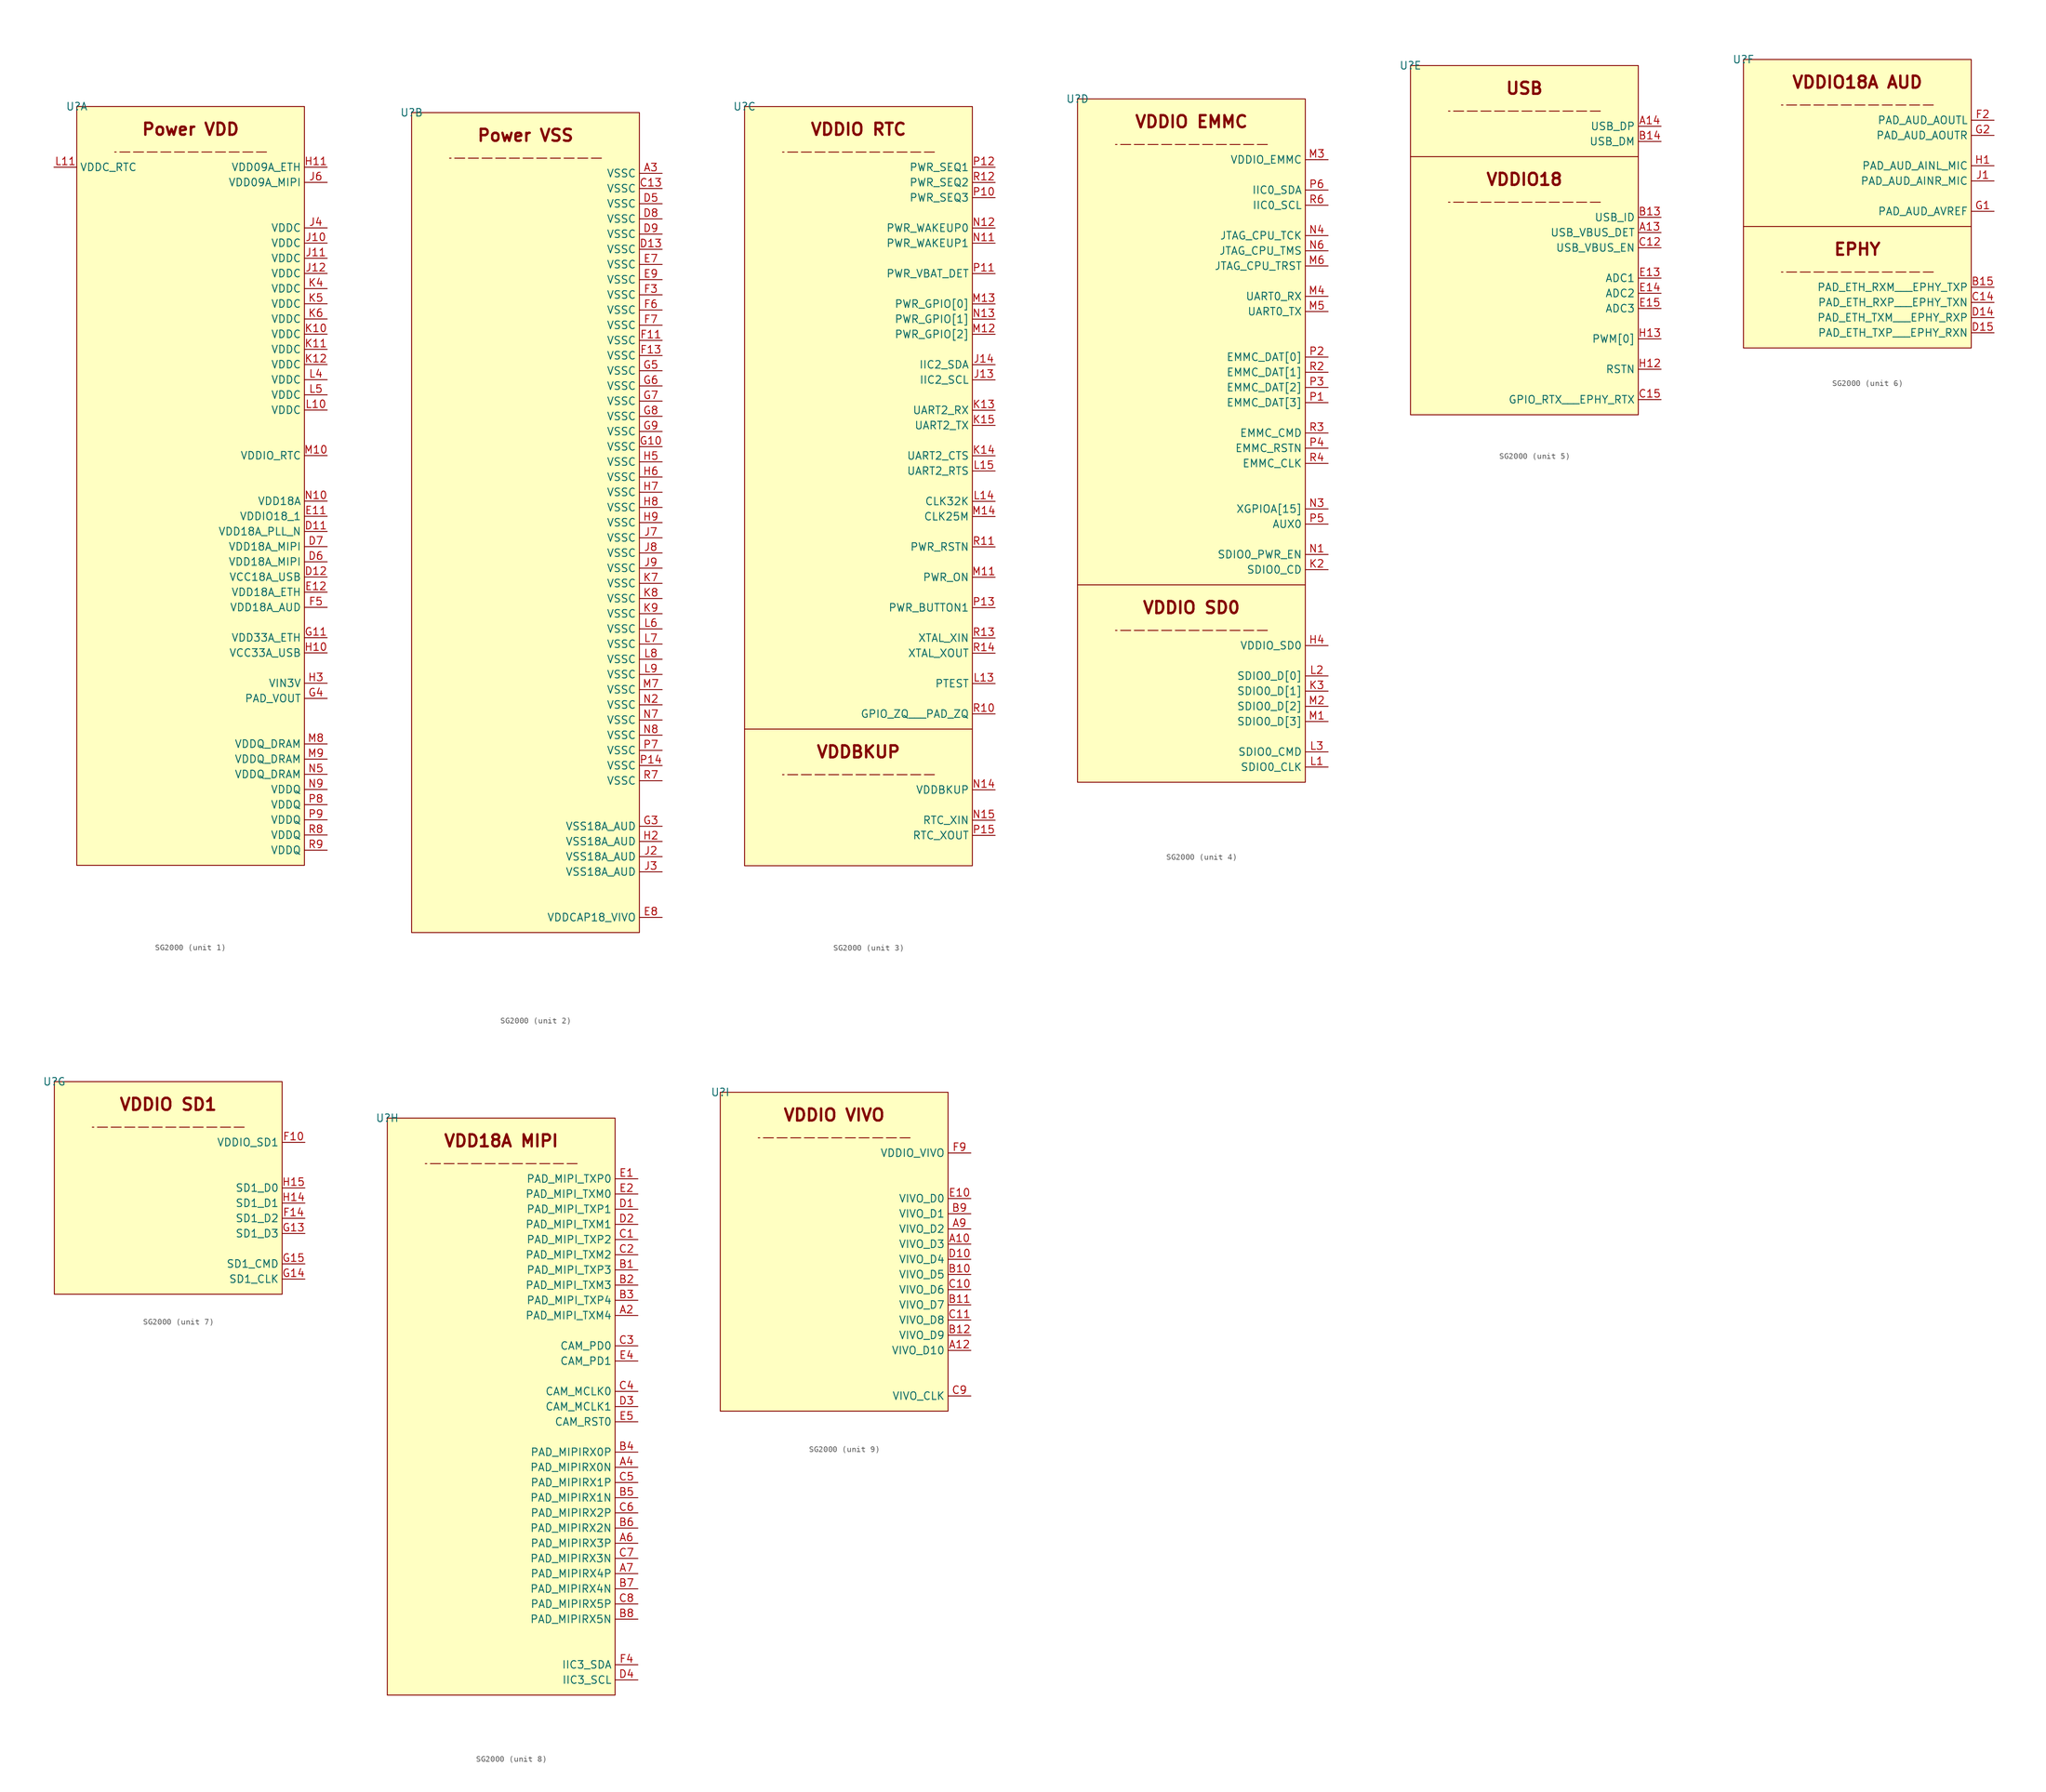
<source format=kicad_sym>
(kicad_symbol_lib
  (version 20231120)
  (generator "kicad_symbol_editor")
  (generator_version "8.0")
  (symbol "SG2000"
    (property "Reference" "U"
      (at 0 0 0)
      (effects (font (size 1.27 1.27))))
    (symbol "SG2000_1_0"
      (rectangle (start 0 0) (end 38.1 -127) (stroke (width 0) (type default)) (fill (type background)))
      (pin power_in line (at 41.91 -71.12 180) (length 3.81) (name "VDD18A_PLL_N" (effects (font (size 1.27 1.27)))) (number "D11" (effects (font (size 1.27 1.27)))))
      (pin power_in line (at 41.91 -78.74 180) (length 3.81) (name "VCC18A_USB" (effects (font (size 1.27 1.27)))) (number "D12" (effects (font (size 1.27 1.27)))))
      (pin power_in line (at 41.91 -76.2 180) (length 3.81) (name "VDD18A_MIPI" (effects (font (size 1.27 1.27)))) (number "D6" (effects (font (size 1.27 1.27)))))
      (pin power_in line (at 41.91 -73.66 180) (length 3.81) (name "VDD18A_MIPI" (effects (font (size 1.27 1.27)))) (number "D7" (effects (font (size 1.27 1.27)))))
      (pin power_in line (at 41.91 -68.58 180) (length 3.81) (name "VDDIO18_1" (effects (font (size 1.27 1.27)))) (number "E11" (effects (font (size 1.27 1.27)))))
      (pin power_in line (at 41.91 -81.28 180) (length 3.81) (name "VDD18A_ETH" (effects (font (size 1.27 1.27)))) (number "E12" (effects (font (size 1.27 1.27)))))
      (pin power_in line (at 41.91 -83.82 180) (length 3.81) (name "VDD18A_AUD" (effects (font (size 1.27 1.27)))) (number "F5" (effects (font (size 1.27 1.27)))))
      (pin power_in line (at 41.91 -88.9 180) (length 3.81) (name "VDD33A_ETH" (effects (font (size 1.27 1.27)))) (number "G11" (effects (font (size 1.27 1.27)))))
      (pin output line (at 41.91 -99.06 180) (length 3.81) (name "PAD_VOUT" (effects (font (size 1.27 1.27)))) (number "G4" (effects (font (size 1.27 1.27)))))
      (pin power_in line (at 41.91 -91.44 180) (length 3.81) (name "VCC33A_USB" (effects (font (size 1.27 1.27)))) (number "H10" (effects (font (size 1.27 1.27)))))
      (pin power_in line (at 41.91 -10.16 180) (length 3.81) (name "VDD09A_ETH" (effects (font (size 1.27 1.27)))) (number "H11" (effects (font (size 1.27 1.27)))))
      (pin power_in line (at 41.91 -96.52 180) (length 3.81) (name "VIN3V" (effects (font (size 1.27 1.27)))) (number "H3" (effects (font (size 1.27 1.27)))))
      (pin power_in line (at 41.91 -22.86 180) (length 3.81) (name "VDDC" (effects (font (size 1.27 1.27)))) (number "J10" (effects (font (size 1.27 1.27)))))
      (pin power_in line (at 41.91 -25.4 180) (length 3.81) (name "VDDC" (effects (font (size 1.27 1.27)))) (number "J11" (effects (font (size 1.27 1.27)))))
      (pin power_in line (at 41.91 -27.94 180) (length 3.81) (name "VDDC" (effects (font (size 1.27 1.27)))) (number "J12" (effects (font (size 1.27 1.27)))))
      (pin power_in line (at 41.91 -20.32 180) (length 3.81) (name "VDDC" (effects (font (size 1.27 1.27)))) (number "J4" (effects (font (size 1.27 1.27)))))
      (pin power_in line (at 41.91 -12.7 180) (length 3.81) (name "VDD09A_MIPI" (effects (font (size 1.27 1.27)))) (number "J6" (effects (font (size 1.27 1.27)))))
      (pin power_in line (at 41.91 -38.1 180) (length 3.81) (name "VDDC" (effects (font (size 1.27 1.27)))) (number "K10" (effects (font (size 1.27 1.27)))))
      (pin power_in line (at 41.91 -40.64 180) (length 3.81) (name "VDDC" (effects (font (size 1.27 1.27)))) (number "K11" (effects (font (size 1.27 1.27)))))
      (pin power_in line (at 41.91 -43.18 180) (length 3.81) (name "VDDC" (effects (font (size 1.27 1.27)))) (number "K12" (effects (font (size 1.27 1.27)))))
      (pin power_in line (at 41.91 -30.48 180) (length 3.81) (name "VDDC" (effects (font (size 1.27 1.27)))) (number "K4" (effects (font (size 1.27 1.27)))))
      (pin power_in line (at 41.91 -33.02 180) (length 3.81) (name "VDDC" (effects (font (size 1.27 1.27)))) (number "K5" (effects (font (size 1.27 1.27)))))
      (pin power_in line (at 41.91 -35.56 180) (length 3.81) (name "VDDC" (effects (font (size 1.27 1.27)))) (number "K6" (effects (font (size 1.27 1.27)))))
      (pin power_in line (at 41.91 -50.8 180) (length 3.81) (name "VDDC" (effects (font (size 1.27 1.27)))) (number "L10" (effects (font (size 1.27 1.27)))))
      (pin power_in line (at -3.81 -10.16 0) (length 3.81) (name "VDDC_RTC" (effects (font (size 1.27 1.27)))) (number "L11" (effects (font (size 1.27 1.27)))))
      (pin power_in line (at 41.91 -45.72 180) (length 3.81) (name "VDDC" (effects (font (size 1.27 1.27)))) (number "L4" (effects (font (size 1.27 1.27)))))
      (pin power_in line (at 41.91 -48.26 180) (length 3.81) (name "VDDC" (effects (font (size 1.27 1.27)))) (number "L5" (effects (font (size 1.27 1.27)))))
      (pin power_in line (at 41.91 -58.42 180) (length 3.81) (name "VDDIO_RTC" (effects (font (size 1.27 1.27)))) (number "M10" (effects (font (size 1.27 1.27)))))
      (pin power_in line (at 41.91 -106.68 180) (length 3.81) (name "VDDQ_DRAM" (effects (font (size 1.27 1.27)))) (number "M8" (effects (font (size 1.27 1.27)))))
      (pin power_in line (at 41.91 -109.22 180) (length 3.81) (name "VDDQ_DRAM" (effects (font (size 1.27 1.27)))) (number "M9" (effects (font (size 1.27 1.27)))))
      (pin power_in line (at 41.91 -66.04 180) (length 3.81) (name "VDD18A" (effects (font (size 1.27 1.27)))) (number "N10" (effects (font (size 1.27 1.27)))))
      (pin power_in line (at 41.91 -111.76 180) (length 3.81) (name "VDDQ_DRAM" (effects (font (size 1.27 1.27)))) (number "N5" (effects (font (size 1.27 1.27)))))
      (pin power_in line (at 41.91 -114.3 180) (length 3.81) (name "VDDQ" (effects (font (size 1.27 1.27)))) (number "N9" (effects (font (size 1.27 1.27)))))
      (pin power_in line (at 41.91 -116.84 180) (length 3.81) (name "VDDQ" (effects (font (size 1.27 1.27)))) (number "P8" (effects (font (size 1.27 1.27)))))
      (pin power_in line (at 41.91 -119.38 180) (length 3.81) (name "VDDQ" (effects (font (size 1.27 1.27)))) (number "P9" (effects (font (size 1.27 1.27)))))
      (pin power_in line (at 41.91 -121.92 180) (length 3.81) (name "VDDQ" (effects (font (size 1.27 1.27)))) (number "R8" (effects (font (size 1.27 1.27)))))
      (pin power_in line (at 41.91 -124.46 180) (length 3.81) (name "VDDQ" (effects (font (size 1.27 1.27)))) (number "R9" (effects (font (size 1.27 1.27))))))
    (symbol "SG2000_1_1"
      (polyline (pts (xy 31.75 -7.62) (xy 6.35 -7.62)) (stroke (width 0) (type dash)) (fill (type none)))
      (text "Power VDD" (at 19.05 -3.81 0) (effects (font (size 2 2) (bold yes)))))
    (symbol "SG2000_2_0"
      (rectangle (start 0 0) (end 38.1 -137.16) (stroke (width 0) (type default)) (fill (type background)))
      (pin power_in line (at 41.91 -10.16 180) (length 3.81) (name "VSSC" (effects (font (size 1.27 1.27)))) (number "A3" (effects (font (size 1.27 1.27)))))
      (pin power_in line (at 41.91 -12.7 180) (length 3.81) (name "VSSC" (effects (font (size 1.27 1.27)))) (number "C13" (effects (font (size 1.27 1.27)))))
      (pin power_in line (at 41.91 -22.86 180) (length 3.81) (name "VSSC" (effects (font (size 1.27 1.27)))) (number "D13" (effects (font (size 1.27 1.27)))))
      (pin power_in line (at 41.91 -15.24 180) (length 3.81) (name "VSSC" (effects (font (size 1.27 1.27)))) (number "D5" (effects (font (size 1.27 1.27)))))
      (pin power_in line (at 41.91 -17.78 180) (length 3.81) (name "VSSC" (effects (font (size 1.27 1.27)))) (number "D8" (effects (font (size 1.27 1.27)))))
      (pin power_in line (at 41.91 -20.32 180) (length 3.81) (name "VSSC" (effects (font (size 1.27 1.27)))) (number "D9" (effects (font (size 1.27 1.27)))))
      (pin power_in line (at 41.91 -25.4 180) (length 3.81) (name "VSSC" (effects (font (size 1.27 1.27)))) (number "E7" (effects (font (size 1.27 1.27)))))
      (pin power_in line (at 41.91 -134.62 180) (length 3.81) (name "VDDCAP18_VIVO" (effects (font (size 1.27 1.27)))) (number "E8" (effects (font (size 1.27 1.27)))))
      (pin power_in line (at 41.91 -27.94 180) (length 3.81) (name "VSSC" (effects (font (size 1.27 1.27)))) (number "E9" (effects (font (size 1.27 1.27)))))
      (pin power_in line (at 41.91 -38.1 180) (length 3.81) (name "VSSC" (effects (font (size 1.27 1.27)))) (number "F11" (effects (font (size 1.27 1.27)))))
      (pin power_in line (at 41.91 -40.64 180) (length 3.81) (name "VSSC" (effects (font (size 1.27 1.27)))) (number "F13" (effects (font (size 1.27 1.27)))))
      (pin power_in line (at 41.91 -30.48 180) (length 3.81) (name "VSSC" (effects (font (size 1.27 1.27)))) (number "F3" (effects (font (size 1.27 1.27)))))
      (pin power_in line (at 41.91 -33.02 180) (length 3.81) (name "VSSC" (effects (font (size 1.27 1.27)))) (number "F6" (effects (font (size 1.27 1.27)))))
      (pin power_in line (at 41.91 -35.56 180) (length 3.81) (name "VSSC" (effects (font (size 1.27 1.27)))) (number "F7" (effects (font (size 1.27 1.27)))))
      (pin power_in line (at 41.91 -55.88 180) (length 3.81) (name "VSSC" (effects (font (size 1.27 1.27)))) (number "G10" (effects (font (size 1.27 1.27)))))
      (pin power_in line (at 41.91 -119.38 180) (length 3.81) (name "VSS18A_AUD" (effects (font (size 1.27 1.27)))) (number "G3" (effects (font (size 1.27 1.27)))))
      (pin power_in line (at 41.91 -43.18 180) (length 3.81) (name "VSSC" (effects (font (size 1.27 1.27)))) (number "G5" (effects (font (size 1.27 1.27)))))
      (pin power_in line (at 41.91 -45.72 180) (length 3.81) (name "VSSC" (effects (font (size 1.27 1.27)))) (number "G6" (effects (font (size 1.27 1.27)))))
      (pin power_in line (at 41.91 -48.26 180) (length 3.81) (name "VSSC" (effects (font (size 1.27 1.27)))) (number "G7" (effects (font (size 1.27 1.27)))))
      (pin power_in line (at 41.91 -50.8 180) (length 3.81) (name "VSSC" (effects (font (size 1.27 1.27)))) (number "G8" (effects (font (size 1.27 1.27)))))
      (pin power_in line (at 41.91 -53.34 180) (length 3.81) (name "VSSC" (effects (font (size 1.27 1.27)))) (number "G9" (effects (font (size 1.27 1.27)))))
      (pin power_in line (at 41.91 -121.92 180) (length 3.81) (name "VSS18A_AUD" (effects (font (size 1.27 1.27)))) (number "H2" (effects (font (size 1.27 1.27)))))
      (pin power_in line (at 41.91 -58.42 180) (length 3.81) (name "VSSC" (effects (font (size 1.27 1.27)))) (number "H5" (effects (font (size 1.27 1.27)))))
      (pin power_in line (at 41.91 -60.96 180) (length 3.81) (name "VSSC" (effects (font (size 1.27 1.27)))) (number "H6" (effects (font (size 1.27 1.27)))))
      (pin power_in line (at 41.91 -63.5 180) (length 3.81) (name "VSSC" (effects (font (size 1.27 1.27)))) (number "H7" (effects (font (size 1.27 1.27)))))
      (pin power_in line (at 41.91 -66.04 180) (length 3.81) (name "VSSC" (effects (font (size 1.27 1.27)))) (number "H8" (effects (font (size 1.27 1.27)))))
      (pin power_in line (at 41.91 -68.58 180) (length 3.81) (name "VSSC" (effects (font (size 1.27 1.27)))) (number "H9" (effects (font (size 1.27 1.27)))))
      (pin power_in line (at 41.91 -124.46 180) (length 3.81) (name "VSS18A_AUD" (effects (font (size 1.27 1.27)))) (number "J2" (effects (font (size 1.27 1.27)))))
      (pin power_in line (at 41.91 -127 180) (length 3.81) (name "VSS18A_AUD" (effects (font (size 1.27 1.27)))) (number "J3" (effects (font (size 1.27 1.27)))))
      (pin power_in line (at 41.91 -71.12 180) (length 3.81) (name "VSSC" (effects (font (size 1.27 1.27)))) (number "J7" (effects (font (size 1.27 1.27)))))
      (pin power_in line (at 41.91 -73.66 180) (length 3.81) (name "VSSC" (effects (font (size 1.27 1.27)))) (number "J8" (effects (font (size 1.27 1.27)))))
      (pin power_in line (at 41.91 -76.2 180) (length 3.81) (name "VSSC" (effects (font (size 1.27 1.27)))) (number "J9" (effects (font (size 1.27 1.27)))))
      (pin power_in line (at 41.91 -78.74 180) (length 3.81) (name "VSSC" (effects (font (size 1.27 1.27)))) (number "K7" (effects (font (size 1.27 1.27)))))
      (pin power_in line (at 41.91 -81.28 180) (length 3.81) (name "VSSC" (effects (font (size 1.27 1.27)))) (number "K8" (effects (font (size 1.27 1.27)))))
      (pin power_in line (at 41.91 -83.82 180) (length 3.81) (name "VSSC" (effects (font (size 1.27 1.27)))) (number "K9" (effects (font (size 1.27 1.27)))))
      (pin power_in line (at 41.91 -86.36 180) (length 3.81) (name "VSSC" (effects (font (size 1.27 1.27)))) (number "L6" (effects (font (size 1.27 1.27)))))
      (pin power_in line (at 41.91 -88.9 180) (length 3.81) (name "VSSC" (effects (font (size 1.27 1.27)))) (number "L7" (effects (font (size 1.27 1.27)))))
      (pin power_in line (at 41.91 -91.44 180) (length 3.81) (name "VSSC" (effects (font (size 1.27 1.27)))) (number "L8" (effects (font (size 1.27 1.27)))))
      (pin power_in line (at 41.91 -93.98 180) (length 3.81) (name "VSSC" (effects (font (size 1.27 1.27)))) (number "L9" (effects (font (size 1.27 1.27)))))
      (pin power_in line (at 41.91 -96.52 180) (length 3.81) (name "VSSC" (effects (font (size 1.27 1.27)))) (number "M7" (effects (font (size 1.27 1.27)))))
      (pin power_in line (at 41.91 -99.06 180) (length 3.81) (name "VSSC" (effects (font (size 1.27 1.27)))) (number "N2" (effects (font (size 1.27 1.27)))))
      (pin power_in line (at 41.91 -101.6 180) (length 3.81) (name "VSSC" (effects (font (size 1.27 1.27)))) (number "N7" (effects (font (size 1.27 1.27)))))
      (pin power_in line (at 41.91 -104.14 180) (length 3.81) (name "VSSC" (effects (font (size 1.27 1.27)))) (number "N8" (effects (font (size 1.27 1.27)))))
      (pin power_in line (at 41.91 -109.22 180) (length 3.81) (name "VSSC" (effects (font (size 1.27 1.27)))) (number "P14" (effects (font (size 1.27 1.27)))))
      (pin power_in line (at 41.91 -106.68 180) (length 3.81) (name "VSSC" (effects (font (size 1.27 1.27)))) (number "P7" (effects (font (size 1.27 1.27)))))
      (pin power_in line (at 41.91 -111.76 180) (length 3.81) (name "VSSC" (effects (font (size 1.27 1.27)))) (number "R7" (effects (font (size 1.27 1.27))))))
    (symbol "SG2000_2_1"
      (polyline (pts (xy 31.75 -7.62) (xy 6.35 -7.62)) (stroke (width 0) (type dash)) (fill (type none)))
      (text "Power VSS" (at 19.05 -3.81 0) (effects (font (size 2 2) (bold yes)))))
    (symbol "SG2000_3_0"
      (rectangle (start 0 0) (end 38.1 -127) (stroke (width 0) (type default)) (fill (type background)))
      (pin output line (at 41.91 -45.72 180) (length 3.81) (name "IIC2_SCL" (effects (font (size 1.27 1.27)))) (number "J13" (effects (font (size 1.27 1.27)))) (alternate "KEY_COL2" bidirectional line) (alternate "PWM[14]" bidirectional line) (alternate "PWR_GPIO[12]" bidirectional line) (alternate "UART2_RX" input line))
      (pin bidirectional line (at 41.91 -43.18 180) (length 3.81) (name "IIC2_SDA" (effects (font (size 1.27 1.27)))) (number "J14" (effects (font (size 1.27 1.27)))) (alternate "IIS1_MCLK" bidirectional line) (alternate "IIS2_MCLK" bidirectional line) (alternate "KEY_COL3" bidirectional line) (alternate "PWM[15]" bidirectional line) (alternate "PWR_GPIO[13]" bidirectional line) (alternate "UART2_TX" output line))
      (pin input line (at 41.91 -50.8 180) (length 3.81) (name "UART2_RX" (effects (font (size 1.27 1.27)))) (number "K13" (effects (font (size 1.27 1.27)))) (alternate "IIS2_DI" input line) (alternate "KEY_COL3" bidirectional line) (alternate "PWM[10]" bidirectional line) (alternate "PWR_GPIO[16]" bidirectional line) (alternate "PWR_UART1_RX" input line) (alternate "UART4_RX" input line) (alternate "WG2_D1" bidirectional line))
      (pin input line (at 41.91 -58.42 180) (length 3.81) (name "UART2_CTS" (effects (font (size 1.27 1.27)))) (number "K14" (effects (font (size 1.27 1.27)))) (alternate "IIS2_LRCK" bidirectional line) (alternate "KEY_ROW1" bidirectional line) (alternate "PWM[9]" bidirectional line) (alternate "PWR_GPIO[17]" bidirectional line) (alternate "UART4_CTS" input line) (alternate "WG1_D1" bidirectional line))
      (pin output line (at 41.91 -53.34 180) (length 3.81) (name "UART2_TX" (effects (font (size 1.27 1.27)))) (number "K15" (effects (font (size 1.27 1.27)))) (alternate "IIS2_BCLK" bidirectional line) (alternate "KEY_ROW3" bidirectional line) (alternate "PWM[11]" bidirectional line) (alternate "PWR_GPIO[14]" bidirectional line) (alternate "PWR_UART1_TX" output line) (alternate "UART4_TX" output line) (alternate "WG2_D0" bidirectional line))
      (pin input line (at 41.91 -96.52 180) (length 3.81) (name "PTEST" (effects (font (size 1.27 1.27)))) (number "L13" (effects (font (size 1.27 1.27)))))
      (pin output line (at 41.91 -66.04 180) (length 3.81) (name "CLK32K" (effects (font (size 1.27 1.27)))) (number "L14" (effects (font (size 1.27 1.27)))) (alternate "AUX0" output line) (alternate "CAM_MCLK0" output line) (alternate "CR_SCL0" bidirectional line) (alternate "DBG[0]" output line) (alternate "KEY_COL0" bidirectional line) (alternate "PWM[2]" bidirectional line) (alternate "PWR_GPIO[10]" bidirectional line))
      (pin output line (at 41.91 -60.96 180) (length 3.81) (name "UART2_RTS" (effects (font (size 1.27 1.27)))) (number "L15" (effects (font (size 1.27 1.27)))) (alternate "IIS2_DO" output line) (alternate "KEY_ROW0" bidirectional line) (alternate "PWM[8]" bidirectional line) (alternate "PWR_GPIO[15]" bidirectional line) (alternate "UART4_RTS" output line) (alternate "WG1_D0" bidirectional line))
      (pin input line (at 41.91 -78.74 180) (length 3.81) (name "PWR_ON" (effects (font (size 1.27 1.27)))) (number "M11" (effects (font (size 1.27 1.27)))) (alternate "EPHY_SPD_LED" output line) (alternate "IIC4_SDA" bidirectional line) (alternate "PWR_GPIO[9]" bidirectional line) (alternate "UART1_RX" input line) (alternate "WG0_D1" bidirectional line))
      (pin input line (at 41.91 -38.1 180) (length 3.81) (name "PWR_GPIO[2]" (effects (font (size 1.27 1.27)))) (number "M12" (effects (font (size 1.27 1.27)))) (alternate "CR_2WTCK" bidirectional line) (alternate "EPHY_SPD_LED" output line) (alternate "IIC2_SDA" bidirectional line) (alternate "PWM[10]" bidirectional line) (alternate "PWR_IIC_SDA" bidirectional line))
      (pin bidirectional line (at 41.91 -33.02 180) (length 3.81) (name "PWR_GPIO[0]" (effects (font (size 1.27 1.27)))) (number "M13" (effects (font (size 1.27 1.27)))) (alternate "PWM[8]" bidirectional line) (alternate "PWR_UART0_RX" input line) (alternate "UART2_TX" output line))
      (pin output line (at 41.91 -68.58 180) (length 3.81) (name "CLK25M" (effects (font (size 1.27 1.27)))) (number "M14" (effects (font (size 1.27 1.27)))) (alternate "AUX1" output line) (alternate "CAM_MCLK1" output line) (alternate "CR_2WTMS" bidirectional line) (alternate "DBG[1]" output line) (alternate "KEY_COL1" bidirectional line) (alternate "PWM[3]" bidirectional line) (alternate "PWR_GPIO[11]" bidirectional line))
      (pin input line (at 41.91 -22.86 180) (length 3.81) (name "PWR_WAKEUP1" (effects (font (size 1.27 1.27)))) (number "N11" (effects (font (size 1.27 1.27)))) (alternate "EPHY_LNK_LED" output line) (alternate "IIC4_SCL" bidirectional line) (alternate "PWR_GPIO[7]" bidirectional line) (alternate "PWR_IR1" input line) (alternate "UART1_TX" output line) (alternate "WG0_D0" bidirectional line))
      (pin input line (at 41.91 -20.32 180) (length 3.81) (name "PWR_WAKEUP0" (effects (font (size 1.27 1.27)))) (number "N12" (effects (font (size 1.27 1.27)))) (alternate "EPHY_LNK_LED" bidirectional line) (alternate "IIC4_SCL" bidirectional line) (alternate "PWR_GPIO[6]" bidirectional line) (alternate "PWR_IR0" bidirectional line) (alternate "PWR_UART0_TX" bidirectional line) (alternate "UART1_TX" bidirectional line) (alternate "WG2_D0" bidirectional line))
      (pin input line (at 41.91 -35.56 180) (length 3.81) (name "PWR_GPIO[1]" (effects (font (size 1.27 1.27)))) (number "N13" (effects (font (size 1.27 1.27)))) (alternate "CR_SDA0" bidirectional line) (alternate "EPHY_LNK_LED" output line) (alternate "IIC2_SCL" bidirectional line) (alternate "PWM[9]" bidirectional line) (alternate "PWR_IIC_SCL" bidirectional line) (alternate "UART2_RX" input line))
      (pin power_in line (at 41.91 -114.3 180) (length 3.81) (name "VDDBKUP" (effects (font (size 1.27 1.27)))) (number "N14" (effects (font (size 1.27 1.27)))))
      (pin input line (at 41.91 -119.38 180) (length 3.81) (name "RTC_XIN" (effects (font (size 1.27 1.27)))) (number "N15" (effects (font (size 1.27 1.27)))))
      (pin output line (at 41.91 -15.24 180) (length 3.81) (name "PWR_SEQ3" (effects (font (size 1.27 1.27)))) (number "P10" (effects (font (size 1.27 1.27)))) (alternate "PWR_GPIO[5]" bidirectional line))
      (pin input line (at 41.91 -27.94 180) (length 3.81) (name "PWR_VBAT_DET" (effects (font (size 1.27 1.27)))) (number "P11" (effects (font (size 1.27 1.27)))))
      (pin output line (at 41.91 -10.16 180) (length 3.81) (name "PWR_SEQ1" (effects (font (size 1.27 1.27)))) (number "P12" (effects (font (size 1.27 1.27)))) (alternate "PWR_GPIO[3]" bidirectional line))
      (pin input line (at 41.91 -83.82 180) (length 3.81) (name "PWR_BUTTON1" (effects (font (size 1.27 1.27)))) (number "P13" (effects (font (size 1.27 1.27)))) (alternate "EPHY_SPD_LED" output line) (alternate "IIC4_SDA" bidirectional line) (alternate "PWR_GPIO[8]" bidirectional line) (alternate "UART1_RX" input line) (alternate "WG2_D1" bidirectional line))
      (pin output line (at 41.91 -121.92 180) (length 3.81) (name "RTC_XOUT" (effects (font (size 1.27 1.27)))) (number "P15" (effects (font (size 1.27 1.27)))))
      (pin bidirectional line (at 41.91 -101.6 180) (length 3.81) (name "GPIO_ZQ___PAD_ZQ" (effects (font (size 1.27 1.27)))) (number "R10" (effects (font (size 1.27 1.27)))) (alternate "PWM[2]" bidirectional line) (alternate "PWR_GPIO[24]" bidirectional line))
      (pin input line (at 41.91 -73.66 180) (length 3.81) (name "PWR_RSTN" (effects (font (size 1.27 1.27)))) (number "R11" (effects (font (size 1.27 1.27)))))
      (pin output line (at 41.91 -12.7 180) (length 3.81) (name "PWR_SEQ2" (effects (font (size 1.27 1.27)))) (number "R12" (effects (font (size 1.27 1.27)))) (alternate "PWR_GPIO[4]" bidirectional line))
      (pin input line (at 41.91 -88.9 180) (length 3.81) (name "XTAL_XIN" (effects (font (size 1.27 1.27)))) (number "R13" (effects (font (size 1.27 1.27)))))
      (pin output line (at 41.91 -91.44 180) (length 3.81) (name "XTAL_XOUT" (effects (font (size 1.27 1.27)))) (number "R14" (effects (font (size 1.27 1.27))))))
    (symbol "SG2000_3_1"
      (polyline (pts (xy 31.75 -111.76) (xy 6.35 -111.76)) (stroke (width 0) (type dash)) (fill (type none)))
      (polyline (pts (xy 31.75 -7.62) (xy 6.35 -7.62)) (stroke (width 0) (type dash)) (fill (type none)))
      (polyline (pts (xy 38.1 -104.14) (xy 0 -104.14)) (stroke (width 0) (type solid)) (fill (type none)))
      (text "VDDBKUP" (at 19.05 -107.95 0) (effects (font (size 2 2) (bold yes))))
      (text "VDDIO RTC" (at 19.05 -3.81 0) (effects (font (size 2 2) (bold yes)))))
    (symbol "SG2000_4_0"
      (rectangle (start 0 0) (end 38.1 -114.3) (stroke (width 0) (type default)) (fill (type background)))
      (pin power_in line (at 41.91 -91.44 180) (length 3.81) (name "VDDIO_SD0" (effects (font (size 1.27 1.27)))) (number "H4" (effects (font (size 1.27 1.27)))))
      (pin input line (at 41.91 -78.74 180) (length 3.81) (name "SDIO0_CD" (effects (font (size 1.27 1.27)))) (number "K2" (effects (font (size 1.27 1.27)))) (alternate "XGPIOA[13]" bidirectional line))
      (pin bidirectional line (at 41.91 -99.06 180) (length 3.81) (name "SDIO0_D[1]" (effects (font (size 1.27 1.27)))) (number "K3" (effects (font (size 1.27 1.27)))) (alternate "AUX0" output line) (alternate "DBG[3]" output line) (alternate "IIC1_SDA" bidirectional line) (alternate "PWM[12]" bidirectional line) (alternate "UART1_TX" output line) (alternate "WG0_D1" bidirectional line) (alternate "XGPIOA[10]" bidirectional line))
      (pin output line (at 41.91 -111.76 180) (length 3.81) (name "SDIO0_CLK" (effects (font (size 1.27 1.27)))) (number "L1" (effects (font (size 1.27 1.27)))) (alternate "DBG[0]" output line) (alternate "EPHY_LNK_LED" output line) (alternate "IIC1_SDA" bidirectional line) (alternate "PWM[15]" bidirectional line) (alternate "SPI0_SCK" output line) (alternate "XGPIOA[7]" bidirectional line))
      (pin bidirectional line (at 41.91 -96.52 180) (length 3.81) (name "SDIO0_D[0]" (effects (font (size 1.27 1.27)))) (number "L2" (effects (font (size 1.27 1.27)))) (alternate "CAM_MCLK1" output line) (alternate "DBG[2]" output line) (alternate "PWM[13]" bidirectional line) (alternate "SPI0_SDI" input line) (alternate "UART3_TX" output line) (alternate "WG0_D0" bidirectional line) (alternate "XGPIOA[9]" bidirectional line))
      (pin bidirectional line (at 41.91 -109.22 180) (length 3.81) (name "SDIO0_CMD" (effects (font (size 1.27 1.27)))) (number "L3" (effects (font (size 1.27 1.27)))) (alternate "DBG[1]" output line) (alternate "EPHY_SPD_LED" output line) (alternate "IIC1_SCL" bidirectional line) (alternate "PWM[14]" bidirectional line) (alternate "SPI0_SDO" bidirectional line) (alternate "XGPIOA[8]" bidirectional line))
      (pin bidirectional line (at 41.91 -104.14 180) (length 3.81) (name "SDIO0_D[3]" (effects (font (size 1.27 1.27)))) (number "M1" (effects (font (size 1.27 1.27)))) (alternate "CAM_MCLK0" output line) (alternate "DBG[5]" output line) (alternate "PWM[10]" bidirectional line) (alternate "SPI0_CS_X" output line) (alternate "UART3_RX" input line) (alternate "WG1_D1" bidirectional line) (alternate "XGPIOA[12]" bidirectional line))
      (pin bidirectional line (at 41.91 -101.6 180) (length 3.81) (name "SDIO0_D[2]" (effects (font (size 1.27 1.27)))) (number "M2" (effects (font (size 1.27 1.27)))) (alternate "AUX1" output line) (alternate "DBG[4]" output line) (alternate "IIC1_SCL" bidirectional line) (alternate "PWM[11]" bidirectional line) (alternate "UART1_RX" input line) (alternate "WG1_D0" bidirectional line) (alternate "XGPIOA[11]" bidirectional line))
      (pin power_in line (at 41.91 -10.16 180) (length 3.81) (name "VDDIO_EMMC" (effects (font (size 1.27 1.27)))) (number "M3" (effects (font (size 1.27 1.27)))))
      (pin input line (at 41.91 -33.02 180) (length 3.81) (name "UART0_RX" (effects (font (size 1.27 1.27)))) (number "M4" (effects (font (size 1.27 1.27)))) (alternate "AUX0" output line) (alternate "CAM_MCLK0" output line) (alternate "DBG[7]" output line) (alternate "PWM[5]" bidirectional line) (alternate "UART1_RX" input line) (alternate "XGPIOA[17]" bidirectional line))
      (pin output line (at 41.91 -35.56 180) (length 3.81) (name "UART0_TX" (effects (font (size 1.27 1.27)))) (number "M5" (effects (font (size 1.27 1.27)))) (alternate "AUX1" output line) (alternate "CAM_MCLK1" output line) (alternate "DBG[6]" output line) (alternate "PWM[4]" bidirectional line) (alternate "UART1_TX" output line) (alternate "XGPIOA[16]" bidirectional line))
      (pin input line (at 41.91 -27.94 180) (length 3.81) (name "JTAG_CPU_TRST" (effects (font (size 1.27 1.27)))) (number "M6" (effects (font (size 1.27 1.27)))) (alternate "VO_D[30]" output line) (alternate "XGPIOA[20]" bidirectional line))
      (pin output line (at 41.91 -76.2 180) (length 3.81) (name "SDIO0_PWR_EN" (effects (font (size 1.27 1.27)))) (number "N1" (effects (font (size 1.27 1.27)))) (alternate "XGPIOA[14]" bidirectional line))
      (pin bidirectional line (at 41.91 -68.58 180) (length 3.81) (name "XGPIOA[15]" (effects (font (size 1.27 1.27)))) (number "N3" (effects (font (size 1.27 1.27)))))
      (pin input line (at 41.91 -22.86 180) (length 3.81) (name "JTAG_CPU_TCK" (effects (font (size 1.27 1.27)))) (number "N4" (effects (font (size 1.27 1.27)))) (alternate "AUX1" output line) (alternate "CAM_MCLK1" output line) (alternate "CR_4WTCK" bidirectional line) (alternate "PWM[6]" bidirectional line) (alternate "UART1_CTS" input line) (alternate "UART1_RX" input line) (alternate "VO_D[29]" output line) (alternate "XGPIOA[18]" bidirectional line))
      (pin input line (at 41.91 -25.4 180) (length 3.81) (name "JTAG_CPU_TMS" (effects (font (size 1.27 1.27)))) (number "N6" (effects (font (size 1.27 1.27)))) (alternate "AUX0" output line) (alternate "CAM_MCLK0" output line) (alternate "CR_4WTMS" bidirectional line) (alternate "PWM[7]" bidirectional line) (alternate "UART1_RTS" output line) (alternate "UART1_TX" output line) (alternate "VO_D[28]" output line) (alternate "XGPIOA[19]" bidirectional line))
      (pin bidirectional line (at 41.91 -50.8 180) (length 3.81) (name "EMMC_DAT[3]" (effects (font (size 1.27 1.27)))) (number "P1" (effects (font (size 1.27 1.27)))) (alternate "SPINAND_WP" bidirectional line) (alternate "SPINOR_WP_X" bidirectional line) (alternate "XGPIOA[27]" bidirectional line))
      (pin bidirectional line (at 41.91 -43.18 180) (length 3.81) (name "EMMC_DAT[0]" (effects (font (size 1.27 1.27)))) (number "P2" (effects (font (size 1.27 1.27)))) (alternate "SPINAND_MOSI" bidirectional line) (alternate "SPINOR_MOSI" bidirectional line) (alternate "XGPIOA[25]" bidirectional line))
      (pin bidirectional line (at 41.91 -48.26 180) (length 3.81) (name "EMMC_DAT[2]" (effects (font (size 1.27 1.27)))) (number "P3" (effects (font (size 1.27 1.27)))) (alternate "SPINAND_HOLD" bidirectional line) (alternate "SPINOR_HOLD_X" bidirectional line) (alternate "XGPIOA[26]" bidirectional line))
      (pin output line (at 41.91 -58.42 180) (length 3.81) (name "EMMC_RSTN" (effects (font (size 1.27 1.27)))) (number "P4" (effects (font (size 1.27 1.27)))) (alternate "AUX2" output line) (alternate "XGPIOA[21]" bidirectional line))
      (pin output line (at 41.91 -71.12 180) (length 3.81) (name "AUX0" (effects (font (size 1.27 1.27)))) (number "P5" (effects (font (size 1.27 1.27)))) (alternate "DBG[12]" output line) (alternate "IIS1_MCLK" bidirectional line) (alternate "VO_D[31]" output line) (alternate "WG1_D1" bidirectional line) (alternate "XGPIOA[30]" bidirectional line))
      (pin bidirectional line (at 41.91 -15.24 180) (length 3.81) (name "IIC0_SDA" (effects (font (size 1.27 1.27)))) (number "P6" (effects (font (size 1.27 1.27)))) (alternate "CR_4WTDO" bidirectional line) (alternate "DBG[11]" output line) (alternate "UART1_RX" input line) (alternate "UART2_RX" input line) (alternate "WG0_D1" bidirectional line) (alternate "WG1_D0" bidirectional line) (alternate "XGPIOA[29]" bidirectional line))
      (pin bidirectional line (at 41.91 -45.72 180) (length 3.81) (name "EMMC_DAT[1]" (effects (font (size 1.27 1.27)))) (number "R2" (effects (font (size 1.27 1.27)))) (alternate "SPINAND_CS" output line) (alternate "SPINOR_CS_X" output line) (alternate "XGPIOA[24]" bidirectional line))
      (pin bidirectional line (at 41.91 -55.88 180) (length 3.81) (name "EMMC_CMD" (effects (font (size 1.27 1.27)))) (number "R3" (effects (font (size 1.27 1.27)))) (alternate "SPINAND_MISO" bidirectional line) (alternate "SPINOR_MISO" bidirectional line) (alternate "XGPIOA[23]" bidirectional line))
      (pin output line (at 41.91 -60.96 180) (length 3.81) (name "EMMC_CLK" (effects (font (size 1.27 1.27)))) (number "R4" (effects (font (size 1.27 1.27)))) (alternate "SPINAND_CLK" output line) (alternate "SPINOR_SCK" output line) (alternate "XGPIOA[22]" bidirectional line))
      (pin output line (at 41.91 -17.78 180) (length 3.81) (name "IIC0_SCL" (effects (font (size 1.27 1.27)))) (number "R6" (effects (font (size 1.27 1.27)))) (alternate "CR_4WTDI" bidirectional line) (alternate "DBG[10]" output line) (alternate "UART1_TX" output line) (alternate "UART2_TX" output line) (alternate "WG0_D0" bidirectional line) (alternate "XGPIOA[28]" bidirectional line)))
    (symbol "SG2000_4_1"
      (polyline (pts (xy 31.75 -88.9) (xy 6.35 -88.9)) (stroke (width 0) (type dash)) (fill (type none)))
      (polyline (pts (xy 31.75 -7.62) (xy 6.35 -7.62)) (stroke (width 0) (type dash)) (fill (type none)))
      (polyline (pts (xy 38.1 -81.28) (xy 0 -81.28)) (stroke (width 0) (type solid)) (fill (type none)))
      (text "VDDIO EMMC" (at 19.05 -3.81 0) (effects (font (size 2 2) (bold yes))))
      (text "VDDIO SD0" (at 19.05 -85.09 0) (effects (font (size 2 2) (bold yes)))))
    (symbol "SG2000_5_0"
      (rectangle (start 0 0) (end 38.1 -58.42) (stroke (width 0) (type default)) (fill (type background)))
      (pin input line (at 41.91 -27.94 180) (length 3.81) (name "USB_VBUS_DET" (effects (font (size 1.27 1.27)))) (number "A13" (effects (font (size 1.27 1.27)))) (alternate "CAM_MCLK0" output line) (alternate "CAM_MCLK1" output line) (alternate "XGPIOB[6]" bidirectional line))
      (pin bidirectional line (at 41.91 -10.16 180) (length 3.81) (name "USB_DP" (effects (font (size 1.27 1.27)))) (number "A14" (effects (font (size 1.27 1.27)))))
      (pin input line (at 41.91 -25.4 180) (length 3.81) (name "USB_ID" (effects (font (size 1.27 1.27)))) (number "B13" (effects (font (size 1.27 1.27)))) (alternate "XGPIOB[4]" bidirectional line))
      (pin bidirectional line (at 41.91 -12.7 180) (length 3.81) (name "USB_DM" (effects (font (size 1.27 1.27)))) (number "B14" (effects (font (size 1.27 1.27)))))
      (pin output line (at 41.91 -30.48 180) (length 3.81) (name "USB_VBUS_EN" (effects (font (size 1.27 1.27)))) (number "C12" (effects (font (size 1.27 1.27)))) (alternate "XGPIOB[5]" bidirectional line))
      (pin bidirectional line (at 41.91 -55.88 180) (length 3.81) (name "GPIO_RTX___EPHY_RTX" (effects (font (size 1.27 1.27)))) (number "C15" (effects (font (size 1.27 1.27)))) (alternate "CAM_MCLK0" bidirectional line) (alternate "PWM[1]" bidirectional line) (alternate "XGPIOB[23]" bidirectional line))
      (pin input line (at 41.91 -35.56 180) (length 3.81) (name "ADC1" (effects (font (size 1.27 1.27)))) (number "E13" (effects (font (size 1.27 1.27)))) (alternate "KEY_COL2" bidirectional line) (alternate "XGPIOB[3]" bidirectional line))
      (pin input line (at 41.91 -38.1 180) (length 3.81) (name "ADC2" (effects (font (size 1.27 1.27)))) (number "E14" (effects (font (size 1.27 1.27)))) (alternate "CAM_MCLK1" output line) (alternate "EPHY_SPD_LED" output line) (alternate "IIC4_SDA" bidirectional line) (alternate "PWM[13]" bidirectional line) (alternate "UART3_RX" input line) (alternate "WG2_D1" bidirectional line) (alternate "XGPIOB[2]" bidirectional line))
      (pin input line (at 41.91 -40.64 180) (length 3.81) (name "ADC3" (effects (font (size 1.27 1.27)))) (number "E15" (effects (font (size 1.27 1.27)))) (alternate "CAM_MCLK0" output line) (alternate "EPHY_LNK_LED" output line) (alternate "IIC4_SCL" bidirectional line) (alternate "PWM[12]" bidirectional line) (alternate "UART3_TX" output line) (alternate "WG2_D0" bidirectional line) (alternate "XGPIOB[1]" bidirectional line))
      (pin input line (at 41.91 -50.8 180) (length 3.81) (name "RSTN" (effects (font (size 1.27 1.27)))) (number "H12" (effects (font (size 1.27 1.27)))))
      (pin output line (at 41.91 -45.72 180) (length 3.81) (name "PWM[0]" (effects (font (size 1.27 1.27)))) (number "H13" (effects (font (size 1.27 1.27)))) (alternate "XGPIOB[0]" bidirectional line)))
    (symbol "SG2000_5_1"
      (polyline (pts (xy 31.75 -22.86) (xy 6.35 -22.86)) (stroke (width 0) (type dash)) (fill (type none)))
      (polyline (pts (xy 31.75 -7.62) (xy 6.35 -7.62)) (stroke (width 0) (type dash)) (fill (type none)))
      (polyline (pts (xy 38.1 -15.24) (xy 0 -15.24)) (stroke (width 0) (type solid)) (fill (type none)))
      (text "USB" (at 19.05 -3.81 0) (effects (font (size 2 2) (bold yes))))
      (text "VDDIO18" (at 19.05 -19.05 0) (effects (font (size 2 2) (bold yes)))))
    (symbol "SG2000_6_0"
      (rectangle (start 0 0) (end 38.1 -48.26) (stroke (width 0) (type default)) (fill (type background)))
      (pin output line (at 41.91 -38.1 180) (length 3.81) (name "PAD_ETH_RXM___EPHY_TXP" (effects (font (size 1.27 1.27)))) (number "B15" (effects (font (size 1.27 1.27)))) (alternate "CAM_MCLK0" output line) (alternate "CAM_VS0" output line) (alternate "IIS2_DI" input line) (alternate "PAD_ETH_RXM" bidirectional line) (alternate "PWM[14]" bidirectional line) (alternate "SPI1_CS_X" output line) (alternate "UART3_CTS" input line) (alternate "XGPIOB[26]" bidirectional line))
      (pin output line (at 41.91 -40.64 180) (length 3.81) (name "PAD_ETH_RXP___EPHY_TXN" (effects (font (size 1.27 1.27)))) (number "C14" (effects (font (size 1.27 1.27)))) (alternate "CAM_HS0" output line) (alternate "CAM_MCLK1" output line) (alternate "IIS2_DO" output line) (alternate "PAD_ETH_RXP" bidirectional line) (alternate "PWM[15]" bidirectional line) (alternate "SPI1_SCK" output line) (alternate "UART3_TX" output line) (alternate "XGPIOB[27]" bidirectional line))
      (pin output line (at 41.91 -43.18 180) (length 3.81) (name "PAD_ETH_TXM___EPHY_RXP" (effects (font (size 1.27 1.27)))) (number "D14" (effects (font (size 1.27 1.27)))) (alternate "CAM_MCLK1" output line) (alternate "IIC1_SDA" bidirectional line) (alternate "IIS2_BCLK" bidirectional line) (alternate "PAD_ETH_TXM" bidirectional line) (alternate "PWM[12]" bidirectional line) (alternate "SPI1_SDI" input line) (alternate "UART3_RTS" output line) (alternate "XGPIOB[24]" bidirectional line))
      (pin output line (at 41.91 -45.72 180) (length 3.81) (name "PAD_ETH_TXP___EPHY_RXN" (effects (font (size 1.27 1.27)))) (number "D15" (effects (font (size 1.27 1.27)))) (alternate "CAM_MCLK0" output line) (alternate "IIC1_SCL" bidirectional line) (alternate "IIS2_LRCK" bidirectional line) (alternate "PAD_ETH_TXP" bidirectional line) (alternate "PWM[13]" bidirectional line) (alternate "SPI1_SDO" bidirectional line) (alternate "UART3_RX" input line) (alternate "XGPIOB[25]" bidirectional line))
      (pin output line (at 41.91 -10.16 180) (length 3.81) (name "PAD_AUD_AOUTL" (effects (font (size 1.27 1.27)))) (number "F2" (effects (font (size 1.27 1.27)))) (alternate "IIS1_LRCK" bidirectional line) (alternate "IIS2_LRCK" bidirectional line) (alternate "XGPIOC[25]" bidirectional line))
      (pin output line (at 41.91 -25.4 180) (length 3.81) (name "PAD_AUD_AVREF" (effects (font (size 1.27 1.27)))) (number "G1" (effects (font (size 1.27 1.27)))))
      (pin output line (at 41.91 -12.7 180) (length 3.81) (name "PAD_AUD_AOUTR" (effects (font (size 1.27 1.27)))) (number "G2" (effects (font (size 1.27 1.27)))) (alternate "IIS1_DI" input line) (alternate "IIS1_DO" output line) (alternate "IIS2_DO" output line) (alternate "XGPIOC[24]" bidirectional line))
      (pin input line (at 41.91 -17.78 180) (length 3.81) (name "PAD_AUD_AINL_MIC" (effects (font (size 1.27 1.27)))) (number "H1" (effects (font (size 1.27 1.27)))) (alternate "IIS1_BCLK" bidirectional line) (alternate "IIS2_BCLK" bidirectional line) (alternate "XGPIOC[23]" bidirectional line))
      (pin input line (at 41.91 -20.32 180) (length 3.81) (name "PAD_AUD_AINR_MIC" (effects (font (size 1.27 1.27)))) (number "J1" (effects (font (size 1.27 1.27)))) (alternate "IIS1_DI" input line) (alternate "IIS1_DO" output line) (alternate "IIS2_DI" input line)))
    (symbol "SG2000_6_1"
      (polyline (pts (xy 31.75 -35.56) (xy 6.35 -35.56)) (stroke (width 0) (type dash)) (fill (type none)))
      (polyline (pts (xy 31.75 -7.62) (xy 6.35 -7.62)) (stroke (width 0) (type dash)) (fill (type none)))
      (polyline (pts (xy 38.1 -27.94) (xy 0 -27.94)) (stroke (width 0) (type solid)) (fill (type none)))
      (text "EPHY" (at 19.05 -31.75 0) (effects (font (size 2 2) (bold yes))))
      (text "VDDIO18A AUD" (at 19.05 -3.81 0) (effects (font (size 2 2) (bold yes)))))
    (symbol "SG2000_7_0"
      (rectangle (start 0 0) (end 38.1 -35.56) (stroke (width 0) (type default)) (fill (type background)))
      (pin power_in line (at 41.91 -10.16 180) (length 3.81) (name "VDDIO_SD1" (effects (font (size 1.27 1.27)))) (number "F10" (effects (font (size 1.27 1.27)))))
      (pin bidirectional line (at 41.91 -22.86 180) (length 3.81) (name "SD1_D2" (effects (font (size 1.27 1.27)))) (number "F14" (effects (font (size 1.27 1.27)))) (alternate "CAM_MCLK0" output line) (alternate "IIC1_SCL" bidirectional line) (alternate "PWM[5]" bidirectional line) (alternate "PWR_SD1_D2" bidirectional line) (alternate "PWR_SPINOR1_HOLD_X" bidirectional line) (alternate "UART2_TX" output line) (alternate "UART3_TX" output line) (alternate "VO_D[33]" output line))
      (pin bidirectional line (at 41.91 -25.4 180) (length 3.81) (name "SD1_D3" (effects (font (size 1.27 1.27)))) (number "G13" (effects (font (size 1.27 1.27)))) (alternate "CAM_MCLK0" output line) (alternate "IIC1_SCL" bidirectional line) (alternate "PWM[4]" bidirectional line) (alternate "PWR_GPIO[18]" bidirectional line) (alternate "PWR_SD1_D3" bidirectional line) (alternate "PWR_SPINOR1_CS_X" output line) (alternate "SPI2_CS_X" output line) (alternate "UART3_CTS" input line) (alternate "VO_D[32]" output line))
      (pin output line (at 41.91 -33.02 180) (length 3.81) (name "SD1_CLK" (effects (font (size 1.27 1.27)))) (number "G14" (effects (font (size 1.27 1.27)))) (alternate "CAM_HS0" output line) (alternate "EPHY_SPD_LED" output line) (alternate "IIC3_SDA" bidirectional line) (alternate "PWM[9]" bidirectional line) (alternate "PWR_GPIO[23]" bidirectional line) (alternate "PWR_SD1_CLK" output line) (alternate "PWR_SPINOR1_SCK" output line) (alternate "SPI2_SCK" output line) (alternate "VO_D[37]" output line))
      (pin bidirectional line (at 41.91 -30.48 180) (length 3.81) (name "SD1_CMD" (effects (font (size 1.27 1.27)))) (number "G15" (effects (font (size 1.27 1.27)))) (alternate "CAM_VS0" output line) (alternate "EPHY_LNK_LED" output line) (alternate "IIC3_SCL" bidirectional line) (alternate "PWM[8]" bidirectional line) (alternate "PWR_GPIO[22]" bidirectional line) (alternate "PWR_SD1_CMD" bidirectional line) (alternate "PWR_SPINOR1_MOSI" bidirectional line) (alternate "SPI2_SDO" bidirectional line) (alternate "VO_D[36]" output line))
      (pin bidirectional line (at 41.91 -20.32 180) (length 3.81) (name "SD1_D1" (effects (font (size 1.27 1.27)))) (number "H14" (effects (font (size 1.27 1.27)))) (alternate "CAM_MCLK1" output line) (alternate "IIC1_SDA" bidirectional line) (alternate "PWM[6]" bidirectional line) (alternate "PWR_GPIO[20]" bidirectional line) (alternate "PWR_SD1_D1" bidirectional line) (alternate "PWR_SPINOR1_WP_X" bidirectional line) (alternate "UART2_RX" input line) (alternate "UART3_RX" input line) (alternate "VO_D[34]" output line))
      (pin bidirectional line (at 41.91 -17.78 180) (length 3.81) (name "SD1_D0" (effects (font (size 1.27 1.27)))) (number "H15" (effects (font (size 1.27 1.27)))) (alternate "CAM_MCLK1" output line) (alternate "IIC1_SDA" bidirectional line) (alternate "PWM[7]" bidirectional line) (alternate "PWR_GPIO[21]" bidirectional line) (alternate "PWR_SD1_D0" bidirectional line) (alternate "PWR_SPINOR1_MISO" bidirectional line) (alternate "SPI2_SDI" input line) (alternate "UART3_RTS" output line) (alternate "VO_D[35]" output line)))
    (symbol "SG2000_7_1"
      (polyline (pts (xy 31.75 -7.62) (xy 6.35 -7.62)) (stroke (width 0) (type dash)) (fill (type none)))
      (text "VDDIO SD1" (at 19.05 -3.81 0) (effects (font (size 2 2) (bold yes)))))
    (symbol "SG2000_8_0"
      (rectangle (start 0 0) (end 38.1 -96.52) (stroke (width 0) (type default)) (fill (type background)))
      (pin output line (at 41.91 -33.02 180) (length 3.81) (name "PAD_MIPI_TXM4" (effects (font (size 1.27 1.27)))) (number "A2" (effects (font (size 1.27 1.27)))) (alternate "CAM_MCLK1" output line) (alternate "DBG[18]" output line) (alternate "IIC1_SDA" bidirectional line) (alternate "PWM[12]" bidirectional line) (alternate "SD1_CLK" output line) (alternate "VI0_D[15]" input line) (alternate "VO_D[24]" output line) (alternate "XGPIOC[18]" bidirectional line))
      (pin input line (at 41.91 -58.42 180) (length 3.81) (name "PAD_MIPIRX0N" (effects (font (size 1.27 1.27)))) (number "A4" (effects (font (size 1.27 1.27)))) (alternate "CAM_MCLK1" output line) (alternate "IIC1_SCL" bidirectional line) (alternate "VI0_D[7]" input line) (alternate "VO_D[6]" output line) (alternate "XGPIOC[10]" bidirectional line))
      (pin input line (at 41.91 -71.12 180) (length 3.81) (name "PAD_MIPIRX3P" (effects (font (size 1.27 1.27)))) (number "A6" (effects (font (size 1.27 1.27)))) (alternate "CR_2WTCK" bidirectional line) (alternate "MUX_SPI1_MOSI" bidirectional line) (alternate "VI0_D[2]" input line) (alternate "VI1_D[16]" input line) (alternate "XGPIOC[5]" bidirectional line))
      (pin input line (at 41.91 -76.2 180) (length 3.81) (name "PAD_MIPIRX4P" (effects (font (size 1.27 1.27)))) (number "A7" (effects (font (size 1.27 1.27)))) (alternate "CAM_MCLK1" output line) (alternate "CR_SDA0" bidirectional line) (alternate "IIC1_SCL" bidirectional line) (alternate "KEY_ROW1" bidirectional line) (alternate "MUX_SPI1_CS" bidirectional line) (alternate "VI0_D[0]" input line) (alternate "VI1_D[14]" input line) (alternate "XGPIOC[3]" bidirectional line))
      (pin output line (at 41.91 -25.4 180) (length 3.81) (name "PAD_MIPI_TXP3" (effects (font (size 1.27 1.27)))) (number "B1" (effects (font (size 1.27 1.27)))) (alternate "CAM_HS0" output line) (alternate "IIC1_SCL" bidirectional line) (alternate "IIC2_SCL" bidirectional line) (alternate "PWM[15]" bidirectional line) (alternate "SD1_D1" bidirectional line) (alternate "VI0_D[18]" input line) (alternate "VO_D[27]" output line) (alternate "XGPIOC[21]" bidirectional line))
      (pin output line (at 41.91 -27.94 180) (length 3.81) (name "PAD_MIPI_TXM3" (effects (font (size 1.27 1.27)))) (number "B2" (effects (font (size 1.27 1.27)))) (alternate "CAM_VS0" output line) (alternate "IIC1_SDA" bidirectional line) (alternate "IIC2_SDA" bidirectional line) (alternate "PWM[14]" bidirectional line) (alternate "SD1_D0" bidirectional line) (alternate "VI0_D[17]" input line) (alternate "VO_D[26]" output line) (alternate "XGPIOC[20]" bidirectional line))
      (pin output line (at 41.91 -30.48 180) (length 3.81) (name "PAD_MIPI_TXP4" (effects (font (size 1.27 1.27)))) (number "B3" (effects (font (size 1.27 1.27)))) (alternate "CAM_MCLK0" output line) (alternate "DBG[19]" output line) (alternate "IIC1_SCL" bidirectional line) (alternate "PWM[13]" bidirectional line) (alternate "SD1_CMD" bidirectional line) (alternate "VI0_D[16]" input line) (alternate "VO_D[25]" output line) (alternate "XGPIOC[19]" bidirectional line))
      (pin input line (at 41.91 -55.88 180) (length 3.81) (name "PAD_MIPIRX0P" (effects (font (size 1.27 1.27)))) (number "B4" (effects (font (size 1.27 1.27)))) (alternate "CAM_MCLK0" output line) (alternate "DBG[11]" output line) (alternate "VI0_D[8]" input line) (alternate "VO_D[5]" output line) (alternate "XGPIOC[11]" bidirectional line))
      (pin input line (at 41.91 -63.5 180) (length 3.81) (name "PAD_MIPIRX1N" (effects (font (size 1.27 1.27)))) (number "B5" (effects (font (size 1.27 1.27)))) (alternate "DBG[8]" output line) (alternate "KEY_ROW3" bidirectional line) (alternate "VI0_D[5]" input line) (alternate "VO_D[8]" output line) (alternate "XGPIOC[8]" bidirectional line))
      (pin input line (at 41.91 -68.58 180) (length 3.81) (name "PAD_MIPIRX2N" (effects (font (size 1.27 1.27)))) (number "B6" (effects (font (size 1.27 1.27)))) (alternate "DBG[6]" output line) (alternate "IIC4_SCL" bidirectional line) (alternate "VI0_D[3]" input line) (alternate "VI1_D[17]" input line) (alternate "VO_D[10]" output line) (alternate "XGPIOC[6]" bidirectional line))
      (pin input line (at 41.91 -78.74 180) (length 3.81) (name "PAD_MIPIRX4N" (effects (font (size 1.27 1.27)))) (number "B7" (effects (font (size 1.27 1.27)))) (alternate "CAM_MCLK0" output line) (alternate "CR_SCL0" bidirectional line) (alternate "IIC1_SDA" bidirectional line) (alternate "KEY_ROW0" bidirectional line) (alternate "MUX_SPI1_SCK" bidirectional line) (alternate "VI0_CLK" input line) (alternate "VI1_D[13]" input line) (alternate "XGPIOC[2]" bidirectional line))
      (pin input line (at 41.91 -83.82 180) (length 3.81) (name "PAD_MIPIRX5N" (effects (font (size 1.27 1.27)))) (number "B8" (effects (font (size 1.27 1.27)))) (alternate "CAM_MCLK0" output line) (alternate "DBG[0]" output line) (alternate "VI1_D[11]" input line) (alternate "VO_D[12]" output line) (alternate "WG0_D0" bidirectional line) (alternate "XGPIOC[0]" bidirectional line))
      (pin output line (at 41.91 -20.32 180) (length 3.81) (name "PAD_MIPI_TXP2" (effects (font (size 1.27 1.27)))) (number "C1" (effects (font (size 1.27 1.27)))) (alternate "CR_SCL0" bidirectional line) (alternate "IIC1_SCL" bidirectional line) (alternate "PWM[9]" bidirectional line) (alternate "SD1_D3" bidirectional line) (alternate "SPI0_CS_X" output line) (alternate "VI0_D[14]" input line) (alternate "VO_CLK0" output line) (alternate "XGPIOC[17]" bidirectional line))
      (pin output line (at 41.91 -22.86 180) (length 3.81) (name "PAD_MIPI_TXM2" (effects (font (size 1.27 1.27)))) (number "C2" (effects (font (size 1.27 1.27)))) (alternate "CR_SDA0" bidirectional line) (alternate "DBG[14]" output line) (alternate "IIC1_SDA" bidirectional line) (alternate "PWM[8]" bidirectional line) (alternate "SD1_D2" bidirectional line) (alternate "SPI0_SCK" output line) (alternate "VI0_D[13]" input line) (alternate "VO_D[0]" output line) (alternate "XGPIOC[16]" bidirectional line))
      (pin output line (at 41.91 -38.1 180) (length 3.81) (name "CAM_PD0" (effects (font (size 1.27 1.27)))) (number "C3" (effects (font (size 1.27 1.27)))) (alternate "CAM_HS0" output line) (alternate "IIS1_MCLK" bidirectional line) (alternate "XGPIOA[1]" bidirectional line))
      (pin output line (at 41.91 -45.72 180) (length 3.81) (name "CAM_MCLK0" (effects (font (size 1.27 1.27)))) (number "C4" (effects (font (size 1.27 1.27)))) (alternate "AUX1" output line) (alternate "XGPIOA[0]" bidirectional line))
      (pin input line (at 41.91 -60.96 180) (length 3.81) (name "PAD_MIPIRX1P" (effects (font (size 1.27 1.27)))) (number "C5" (effects (font (size 1.27 1.27)))) (alternate "DBG[9]" output line) (alternate "IIC1_SDA" bidirectional line) (alternate "KEY_ROW2" bidirectional line) (alternate "VI0_D[6]" input line) (alternate "VO_D[7]" output line) (alternate "XGPIOC[9]" bidirectional line))
      (pin input line (at 41.91 -66.04 180) (length 3.81) (name "PAD_MIPIRX2P" (effects (font (size 1.27 1.27)))) (number "C6" (effects (font (size 1.27 1.27)))) (alternate "DBG[7]" output line) (alternate "IIC4_SDA" bidirectional line) (alternate "VI0_D[4]" input line) (alternate "VI1_D[18]" input line) (alternate "VO_D[9]" output line) (alternate "XGPIOC[7]" bidirectional line))
      (pin input line (at 41.91 -73.66 180) (length 3.81) (name "PAD_MIPIRX3N" (effects (font (size 1.27 1.27)))) (number "C7" (effects (font (size 1.27 1.27)))) (alternate "CAM_MCLK0" output line) (alternate "CR_2WTMS" bidirectional line) (alternate "MUX_SPI1_MISO" bidirectional line) (alternate "VI0_D[1]" input line) (alternate "VI1_D[15]" input line) (alternate "XGPIOC[4]" bidirectional line))
      (pin input line (at 41.91 -81.28 180) (length 3.81) (name "PAD_MIPIRX5P" (effects (font (size 1.27 1.27)))) (number "C8" (effects (font (size 1.27 1.27)))) (alternate "CAM_MCLK1" output line) (alternate "DBG[1]" output line) (alternate "IIS1_MCLK" bidirectional line) (alternate "VI1_D[12]" input line) (alternate "VO_D[11]" output line) (alternate "WG0_D1" bidirectional line) (alternate "XGPIOC[1]" bidirectional line))
      (pin output line (at 41.91 -15.24 180) (length 3.81) (name "PAD_MIPI_TXP1" (effects (font (size 1.27 1.27)))) (number "D1" (effects (font (size 1.27 1.27)))) (alternate "CR_2WTCK" bidirectional line) (alternate "DBG[15]" output line) (alternate "IIC2_SCL" bidirectional line) (alternate "PWM[11]" bidirectional line) (alternate "SPI0_SDI" input line) (alternate "VI0_D[12]" input line) (alternate "VO_D[1]" output line) (alternate "XGPIOC[15]" bidirectional line))
      (pin output line (at 41.91 -17.78 180) (length 3.81) (name "PAD_MIPI_TXM1" (effects (font (size 1.27 1.27)))) (number "D2" (effects (font (size 1.27 1.27)))) (alternate "CR_2WTMS" bidirectional line) (alternate "IIC2_SDA" bidirectional line) (alternate "PWM[10]" bidirectional line) (alternate "SPI0_SDO" bidirectional line) (alternate "VI0_D[11]" input line) (alternate "VO_D[2]" output line) (alternate "XGPIOC[14]" bidirectional line))
      (pin output line (at 41.91 -48.26 180) (length 3.81) (name "CAM_MCLK1" (effects (font (size 1.27 1.27)))) (number "D3" (effects (font (size 1.27 1.27)))) (alternate "AUX2" output line) (alternate "CAM_HS0" output line) (alternate "XGPIOA[3]" bidirectional line))
      (pin output line (at 41.91 -93.98 180) (length 3.81) (name "IIC3_SCL" (effects (font (size 1.27 1.27)))) (number "D4" (effects (font (size 1.27 1.27)))) (alternate "XGPIOA[5]" bidirectional line))
      (pin output line (at 41.91 -10.16 180) (length 3.81) (name "PAD_MIPI_TXP0" (effects (font (size 1.27 1.27)))) (number "E1" (effects (font (size 1.27 1.27)))) (alternate "CAM_HS0" output line) (alternate "CAM_MCLK0" output line) (alternate "DBG[13]" output line) (alternate "PWM[15]" bidirectional line) (alternate "VI0_D[10]" input line) (alternate "VO_D[3]" output line) (alternate "XGPIOC[13]" bidirectional line))
      (pin output line (at 41.91 -12.7 180) (length 3.81) (name "PAD_MIPI_TXM0" (effects (font (size 1.27 1.27)))) (number "E2" (effects (font (size 1.27 1.27)))) (alternate "CAM_MCLK1" output line) (alternate "CAM_VS0" output line) (alternate "DBG[12]" output line) (alternate "PWM[14]" bidirectional line) (alternate "VI0_D[9]" input line) (alternate "VO_D[4]" output line) (alternate "XGPIOC[12]" bidirectional line))
      (pin output line (at 41.91 -40.64 180) (length 3.81) (name "CAM_PD1" (effects (font (size 1.27 1.27)))) (number "E4" (effects (font (size 1.27 1.27)))) (alternate "CAM_VS0" output line) (alternate "IIC4_SDA" bidirectional line) (alternate "IIS1_MCLK" bidirectional line) (alternate "XGPIOA[4]" bidirectional line))
      (pin output line (at 41.91 -50.8 180) (length 3.81) (name "CAM_RST0" (effects (font (size 1.27 1.27)))) (number "E5" (effects (font (size 1.27 1.27)))) (alternate "CAM_VS0" output line) (alternate "IIC4_SCL" bidirectional line) (alternate "XGPIOA[2]" bidirectional line))
      (pin bidirectional line (at 41.91 -91.44 180) (length 3.81) (name "IIC3_SDA" (effects (font (size 1.27 1.27)))) (number "F4" (effects (font (size 1.27 1.27)))) (alternate "XGPIOA[6]" bidirectional line)))
    (symbol "SG2000_8_1"
      (polyline (pts (xy 31.75 -7.62) (xy 6.35 -7.62)) (stroke (width 0) (type dash)) (fill (type none)))
      (text "VDD18A MIPI" (at 19.05 -3.81 0) (effects (font (size 2 2) (bold yes)))))
    (symbol "SG2000_9_0"
      (rectangle (start 0 0) (end 38.1 -53.34) (stroke (width 0) (type default)) (fill (type background)))
      (pin output line (at 41.91 -25.4 180) (length 3.81) (name "VIVO_D3" (effects (font (size 1.27 1.27)))) (number "A10" (effects (font (size 1.27 1.27)))) (alternate "CAM_HS0" output line) (alternate "IIC1_SCL" bidirectional line) (alternate "RMII0_TXD0" output line) (alternate "UART2_RTS" output line) (alternate "VI1_D[3]" input line) (alternate "VI2_D[3]" input line) (alternate "VO_D[16]" output line) (alternate "XGPIOB[18]" bidirectional line))
      (pin output line (at 41.91 -43.18 180) (length 3.81) (name "VIVO_D10" (effects (font (size 1.27 1.27)))) (number "A12" (effects (font (size 1.27 1.27)))) (alternate "CAM_MCLK0" output line) (alternate "IIC1_SDA" bidirectional line) (alternate "PWM[1]" bidirectional line) (alternate "RMII0_IRQ" bidirectional line) (alternate "UART2_TX" output line) (alternate "VI1_D[10]" input line) (alternate "VO_D[23]" output line) (alternate "XGPIOB[11]" bidirectional line))
      (pin output line (at 41.91 -22.86 180) (length 3.81) (name "VIVO_D2" (effects (font (size 1.27 1.27)))) (number "A9" (effects (font (size 1.27 1.27)))) (alternate "CAM_MCLK1" output line) (alternate "PWM[2]" bidirectional line) (alternate "RMII0_TXD1" output line) (alternate "UART2_TX" output line) (alternate "VI1_D[2]" input line) (alternate "VI2_D[2]" input line) (alternate "VO_D[15]" output line) (alternate "XGPIOB[19]" bidirectional line))
      (pin output line (at 41.91 -30.48 180) (length 3.81) (name "VIVO_D5" (effects (font (size 1.27 1.27)))) (number "B10" (effects (font (size 1.27 1.27)))) (alternate "CAM_HS0" output line) (alternate "RMII0_RXD0" input line) (alternate "SPI3_CS_X" output line) (alternate "UART2_RX" input line) (alternate "VI1_D[5]" input line) (alternate "VI2_D[5]" input line) (alternate "VO_D[18]" output line) (alternate "XGPIOB[16]" bidirectional line))
      (pin output line (at 41.91 -35.56 180) (length 3.81) (name "VIVO_D7" (effects (font (size 1.27 1.27)))) (number "B11" (effects (font (size 1.27 1.27)))) (alternate "CAM_HS0" output line) (alternate "IIC2_SDA" bidirectional line) (alternate "RMII0_RXD1" input line) (alternate "SPI3_SDI" input line) (alternate "VI1_D[7]" input line) (alternate "VI2_D[7]" input line) (alternate "VO_D[20]" output line) (alternate "XGPIOB[14]" bidirectional line))
      (pin output line (at 41.91 -40.64 180) (length 3.81) (name "VIVO_D9" (effects (font (size 1.27 1.27)))) (number "B12" (effects (font (size 1.27 1.27)))) (alternate "CAM_MCLK1" output line) (alternate "IIC1_SCL" bidirectional line) (alternate "PWM[2]" bidirectional line) (alternate "UART2_RX" input line) (alternate "VI1_D[9]" input line) (alternate "VO_D[22]" output line) (alternate "XGPIOB[12]" bidirectional line))
      (pin output line (at 41.91 -20.32 180) (length 3.81) (name "VIVO_D1" (effects (font (size 1.27 1.27)))) (number "B9" (effects (font (size 1.27 1.27)))) (alternate "IIC3_SDA" bidirectional line) (alternate "IIC4_SCL" bidirectional line) (alternate "PWM[3]" bidirectional line) (alternate "RMII0_RXDV" input line) (alternate "VI1_D[1]" input line) (alternate "VI2_D[1]" input line) (alternate "VO_D[14]" output line) (alternate "XGPIOB[20]" bidirectional line))
      (pin output line (at 41.91 -33.02 180) (length 3.81) (name "VIVO_D6" (effects (font (size 1.27 1.27)))) (number "C10" (effects (font (size 1.27 1.27)))) (alternate "CAM_VS0" output line) (alternate "RMII0_REFCLKI" bidirectional line) (alternate "SPI3_SCK" output line) (alternate "UART2_TX" output line) (alternate "VI1_D[6]" input line) (alternate "VI2_D[6]" input line) (alternate "VO_D[19]" output line) (alternate "XGPIOB[15]" bidirectional line))
      (pin output line (at 41.91 -38.1 180) (length 3.81) (name "VIVO_D8" (effects (font (size 1.27 1.27)))) (number "C11" (effects (font (size 1.27 1.27)))) (alternate "CAM_VS0" output line) (alternate "IIC2_SCL" bidirectional line) (alternate "PWM[3]" bidirectional line) (alternate "RMII0_MDIO" bidirectional line) (alternate "SPI3_SDO" bidirectional line) (alternate "VI1_D[8]" input line) (alternate "VO_D[21]" output line) (alternate "XGPIOB[13]" bidirectional line))
      (pin output line (at 41.91 -50.8 180) (length 3.81) (name "VIVO_CLK" (effects (font (size 1.27 1.27)))) (number "C9" (effects (font (size 1.27 1.27)))) (alternate "CAM_MCLK0" output line) (alternate "RMII0_TXEN" output line) (alternate "UART2_RX" input line) (alternate "VI1_CLK" input line) (alternate "VI2_CLK" input line) (alternate "VO_CLK1" output line) (alternate "WG1_D1" bidirectional line) (alternate "XGPIOB[22]" bidirectional line))
      (pin output line (at 41.91 -27.94 180) (length 3.81) (name "VIVO_D4" (effects (font (size 1.27 1.27)))) (number "D10" (effects (font (size 1.27 1.27)))) (alternate "CAM_VS0" output line) (alternate "IIC1_SDA" bidirectional line) (alternate "RMII0_MDC" bidirectional line) (alternate "UART2_CTS" input line) (alternate "VI1_D[4]" input line) (alternate "VI2_D[4]" input line) (alternate "VO_D[17]" output line) (alternate "XGPIOB[17]" bidirectional line))
      (pin output line (at 41.91 -17.78 180) (length 3.81) (name "VIVO_D0" (effects (font (size 1.27 1.27)))) (number "E10" (effects (font (size 1.27 1.27)))) (alternate "IIC3_SCL" bidirectional line) (alternate "IIC4_SDA" bidirectional line) (alternate "RMII0_TXCLK" output line) (alternate "VI1_D[0]" input line) (alternate "VI2_D[0]" input line) (alternate "VO_D[13]" output line) (alternate "WG1_D0" bidirectional line) (alternate "XGPIOB[21]" bidirectional line))
      (pin power_in line (at 41.91 -10.16 180) (length 3.81) (name "VDDIO_VIVO" (effects (font (size 1.27 1.27)))) (number "F9" (effects (font (size 1.27 1.27))))))
    (symbol "SG2000_9_1"
      (polyline (pts (xy 31.75 -7.62) (xy 6.35 -7.62)) (stroke (width 0) (type dash)) (fill (type none)))
      (text "VDDIO VIVO" (at 19.05 -3.81 0) (effects (font (size 2 2) (bold yes)))))))
</source>
